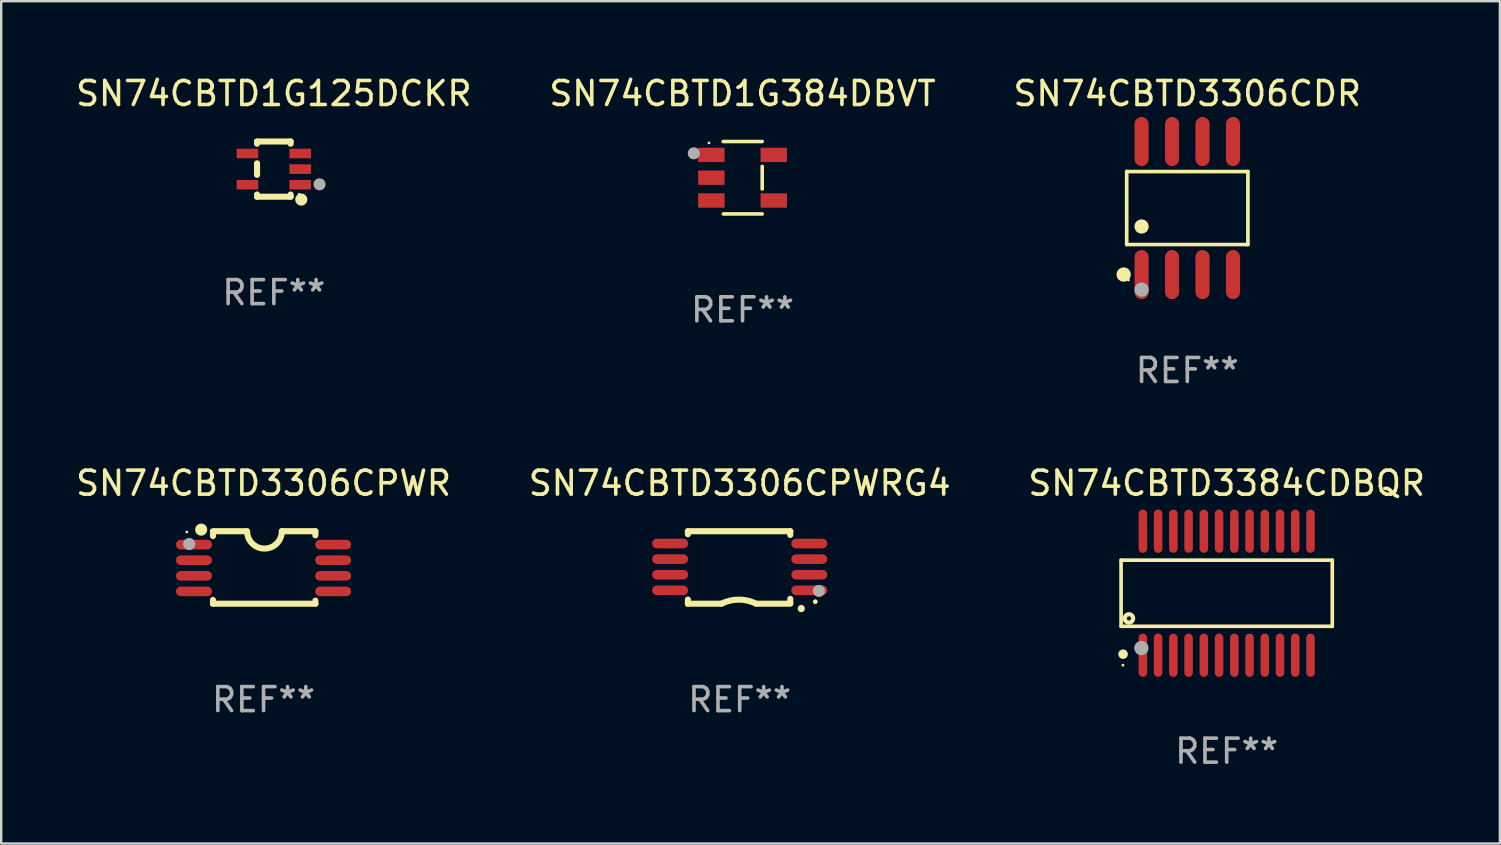
<source format=kicad_pcb>
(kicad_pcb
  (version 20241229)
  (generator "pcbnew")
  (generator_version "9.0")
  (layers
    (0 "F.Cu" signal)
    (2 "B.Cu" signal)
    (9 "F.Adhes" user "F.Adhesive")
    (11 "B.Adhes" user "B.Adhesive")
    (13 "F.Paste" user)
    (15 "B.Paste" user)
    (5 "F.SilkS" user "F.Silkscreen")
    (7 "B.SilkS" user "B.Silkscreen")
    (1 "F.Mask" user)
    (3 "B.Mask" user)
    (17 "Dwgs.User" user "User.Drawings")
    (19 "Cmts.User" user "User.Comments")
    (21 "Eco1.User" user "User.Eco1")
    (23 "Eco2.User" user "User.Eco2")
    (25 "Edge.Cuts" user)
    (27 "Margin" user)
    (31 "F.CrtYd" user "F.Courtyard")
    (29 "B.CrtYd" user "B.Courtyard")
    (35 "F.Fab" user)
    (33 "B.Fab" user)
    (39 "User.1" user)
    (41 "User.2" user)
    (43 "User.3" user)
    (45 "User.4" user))
  (footprint "SN74CBTD3306CDR"
    (layer "F.Cu")
    (at 46.435 5.621)
    (property "Reference" "SN74CBTD3306CDR" (at 0 -4.772 0) (layer "F.SilkS") (effects (font (size 1 1) (thickness 0.15))))
    (attr through_hole)
    (fp_line (start -2.526 -1.521) (end 2.526 -1.521) (stroke (width 0.152) (type solid)) (layer "F.SilkS"))
    (fp_line (start -2.526 1.521) (end -2.526 -1.521) (stroke (width 0.152) (type solid)) (layer "F.SilkS"))
    (fp_line (start 2.526 -1.521) (end 2.526 1.521) (stroke (width 0.152) (type solid)) (layer "F.SilkS"))
    (fp_line (start 2.526 1.521) (end -2.526 1.521) (stroke (width 0.152) (type solid)) (layer "F.SilkS"))
    (fp_circle (center -2.652 2.772) (end -2.501 2.772) (stroke (width 0.3) (type solid)) (fill no) (layer "F.SilkS"))
    (fp_circle (center -2.45 3) (end -2.42 3) (stroke (width 0.06) (type solid)) (fill no) (layer "F.SilkS"))
    (fp_circle (center -1.905 0.769) (end -1.755 0.769) (stroke (width 0.3) (type solid)) (fill no) (layer "F.SilkS"))
    (fp_circle (center -1.905 3.4) (end -1.755 3.4) (stroke (width 0.3) (type solid)) (fill no) (layer "F.Fab"))
    (fp_text user "REF**" (at 0 6.772 0) (layer "F.Fab") (effects (font (size 1 1) (thickness 0.15))))
    (pad "1" smd oval (at -1.905 2.772) (size 0.588 2.045) (layers "F.Cu" "F.Mask" "F.Paste"))
    (pad "2" smd oval (at -0.635 2.772) (size 0.588 2.045) (layers "F.Cu" "F.Mask" "F.Paste"))
    (pad "3" smd oval (at 0.635 2.772) (size 0.588 2.045) (layers "F.Cu" "F.Mask" "F.Paste"))
    (pad "4" smd oval (at 1.905 2.772) (size 0.588 2.045) (layers "F.Cu" "F.Mask" "F.Paste"))
    (pad "5" smd oval (at 1.905 -2.772) (size 0.588 2.045) (layers "F.Cu" "F.Mask" "F.Paste"))
    (pad "6" smd oval (at 0.635 -2.772) (size 0.588 2.045) (layers "F.Cu" "F.Mask" "F.Paste"))
    (pad "7" smd oval (at -0.635 -2.772) (size 0.588 2.045) (layers "F.Cu" "F.Mask" "F.Paste"))
    (pad "8" smd oval (at -1.905 -2.772) (size 0.588 2.045) (layers "F.Cu" "F.Mask" "F.Paste")))
  (footprint "SN74CBTD1G125DCKR"
    (layer "F.Cu")
    (at 8.363 3.998)
    (property "Reference" "SN74CBTD1G125DCKR" (at 0 -3.15 0) (layer "F.SilkS") (effects (font (size 1 1) (thickness 0.15))))
    (attr through_hole)
    (fp_line (start -0.7 -1.15) (end 0.7 -1.15) (stroke (width 0.254) (type solid)) (layer "F.SilkS"))
    (fp_line (start -0.7 -1.058) (end -0.7 -1.15) (stroke (width 0.254) (type solid)) (layer "F.SilkS"))
    (fp_line (start -0.7 0.242) (end -0.7 -0.242) (stroke (width 0.254) (type solid)) (layer "F.SilkS"))
    (fp_line (start -0.7 1.15) (end -0.7 1.058) (stroke (width 0.254) (type solid)) (layer "F.SilkS"))
    (fp_line (start -0.7 1.15) (end 0.7 1.15) (stroke (width 0.254) (type solid)) (layer "F.SilkS"))
    (fp_line (start 0.7 -1.058) (end 0.7 -1.15) (stroke (width 0.254) (type solid)) (layer "F.SilkS"))
    (fp_line (start 0.7 1.15) (end 0.7 1.058) (stroke (width 0.254) (type solid)) (layer "F.SilkS"))
    (fp_circle (center 1.053 1.052) (end 1.083 1.052) (stroke (width 0.06) (type solid)) (fill no) (layer "F.SilkS"))
    (fp_circle (center 1.143 1.27) (end 1.27 1.27) (stroke (width 0.254) (type solid)) (fill no) (layer "F.SilkS"))
    (fp_circle (center 1.905 0.635) (end 2.032 0.635) (stroke (width 0.254) (type solid)) (fill no) (layer "F.Fab"))
    (fp_text user "REF**" (at 0 5.15 0) (layer "F.Fab") (effects (font (size 1 1) (thickness 0.15))))
    (pad "1" smd rect (at 1.1 0.65 90) (size 0.4 0.9) (layers "F.Cu" "F.Mask" "F.Paste"))
    (pad "2" smd rect (at 1.1 0.000076 90) (size 0.4 0.9) (layers "F.Cu" "F.Mask" "F.Paste"))
    (pad "3" smd rect (at 1.1 -0.65 90) (size 0.4 0.9) (layers "F.Cu" "F.Mask" "F.Paste"))
    (pad "4" smd rect (at -1.1 -0.65 90) (size 0.4 0.9) (layers "F.Cu" "F.Mask" "F.Paste"))
    (pad "5" smd rect (at -1.1 0.65 90) (size 0.4 0.9) (layers "F.Cu" "F.Mask" "F.Paste")))
  (footprint "SN74CBTD3306CPWR"
    (layer "F.Cu")
    (at 7.935 20.601)
    (property "Reference" "SN74CBTD3306CPWR" (at 0 -3.511 0) (layer "F.SilkS") (effects (font (size 1 1) (thickness 0.15))))
    (attr through_hole)
    (fp_line (start -2.108 -1.511) (end -0.711 -1.511) (stroke (width 0.254) (type solid)) (layer "F.SilkS"))
    (fp_line (start -2.108 -1.309) (end -2.108 -1.486) (stroke (width 0.254) (type solid)) (layer "F.SilkS"))
    (fp_line (start -2.108 1.511) (end -2.108 1.355) (stroke (width 0.254) (type solid)) (layer "F.SilkS"))
    (fp_line (start 0.762 -1.511) (end 2.159 -1.511) (stroke (width 0.254) (type solid)) (layer "F.SilkS"))
    (fp_line (start 2.159 -1.511) (end 2.159 -1.339) (stroke (width 0.254) (type solid)) (layer "F.SilkS"))
    (fp_line (start 2.159 1.384) (end 2.159 1.511) (stroke (width 0.254) (type solid)) (layer "F.SilkS"))
    (fp_line (start 2.159 1.511) (end -2.108 1.511) (stroke (width 0.254) (type solid)) (layer "F.SilkS"))
    (fp_arc (start 0.762002 -1.511303) (mid 0.0381 -0.787401) (end -0.685802 -1.511303) (stroke (width 0.254001) (type solid)) (layer "F.SilkS"))
    (fp_circle (center -3.2 -1.477) (end -3.17 -1.477) (stroke (width 0.06) (type solid)) (fill no) (layer "F.SilkS"))
    (fp_circle (center -2.6 -1.577) (end -2.473 -1.577) (stroke (width 0.254) (type solid)) (fill no) (layer "F.SilkS"))
    (fp_circle (center -3.1 -0.977) (end -2.973 -0.977) (stroke (width 0.254) (type solid)) (fill no) (layer "F.Fab"))
    (fp_text user "REF**" (at 0 5.511 0) (layer "F.Fab") (effects (font (size 1 1) (thickness 0.15))))
    (pad "1" smd oval (at -2.9 -0.953 90) (size 0.4 1.5) (layers "F.Cu" "F.Mask" "F.Paste"))
    (pad "2" smd oval (at -2.9 -0.302 90) (size 0.4 1.5) (layers "F.Cu" "F.Mask" "F.Paste"))
    (pad "3" smd oval (at -2.9 0.348 90) (size 0.4 1.5) (layers "F.Cu" "F.Mask" "F.Paste"))
    (pad "4" smd oval (at -2.9 0.998 90) (size 0.4 1.5) (layers "F.Cu" "F.Mask" "F.Paste"))
    (pad "5" smd oval (at 2.9 0.998 90) (size 0.4 1.5) (layers "F.Cu" "F.Mask" "F.Paste"))
    (pad "6" smd oval (at 2.9 0.348 90) (size 0.4 1.5) (layers "F.Cu" "F.Mask" "F.Paste"))
    (pad "7" smd oval (at 2.9 -0.302 90) (size 0.4 1.5) (layers "F.Cu" "F.Mask" "F.Paste"))
    (pad "8" smd oval (at 2.9 -0.953 90) (size 0.4 1.5) (layers "F.Cu" "F.Mask" "F.Paste")))
  (footprint "SN74CBTD3306CPWRG4"
    (layer "F.Cu")
    (at 27.78 20.601)
    (property "Reference" "SN74CBTD3306CPWRG4" (at 0 -3.511 0) (layer "F.SilkS") (effects (font (size 1 1) (thickness 0.15))))
    (attr through_hole)
    (fp_line (start -2.159 -1.511) (end 2.108 -1.511) (stroke (width 0.254) (type solid)) (layer "F.SilkS"))
    (fp_line (start -2.159 -1.384) (end -2.159 -1.511) (stroke (width 0.254) (type solid)) (layer "F.SilkS"))
    (fp_line (start -2.159 1.511) (end -2.159 1.339) (stroke (width 0.254) (type solid)) (layer "F.SilkS"))
    (fp_line (start -0.762 1.511) (end -2.159 1.511) (stroke (width 0.254) (type solid)) (layer "F.SilkS"))
    (fp_line (start 2.108 -1.511) (end 2.108 -1.355) (stroke (width 0.254) (type solid)) (layer "F.SilkS"))
    (fp_line (start 2.108 1.309) (end 2.108 1.486) (stroke (width 0.254) (type solid)) (layer "F.SilkS"))
    (fp_line (start 2.108 1.511) (end 0.711 1.511) (stroke (width 0.254) (type solid)) (layer "F.SilkS"))
    (fp_arc (start -0.762002 1.511303) (mid -0.0381 1.340413) (end 0.685801 1.511303) (stroke (width 0.254001) (type solid)) (layer "F.SilkS"))
    (fp_arc (start 2.565405 1.714503) (mid 2.5654 1.713233) (end 2.565405 1.711963) (stroke (width 0.3) (type solid)) (layer "F.SilkS"))
    (fp_circle (center 3.15 1.427) (end 3.2 1.427) (stroke (width 0.1) (type solid)) (fill no) (layer "F.SilkS"))
    (fp_circle (center 3.3 0.977) (end 3.427 0.977) (stroke (width 0.254) (type solid)) (fill no) (layer "F.Fab"))
    (fp_text user "REF**" (at 0 5.511 0) (layer "F.Fab") (effects (font (size 1 1) (thickness 0.15))))
    (pad "1" smd oval (at 2.9 0.953 270) (size 0.4 1.5) (layers "F.Cu" "F.Mask" "F.Paste"))
    (pad "2" smd oval (at 2.9 0.302 270) (size 0.4 1.5) (layers "F.Cu" "F.Mask" "F.Paste"))
    (pad "3" smd oval (at 2.9 -0.348 270) (size 0.4 1.5) (layers "F.Cu" "F.Mask" "F.Paste"))
    (pad "4" smd oval (at 2.9 -0.998 270) (size 0.4 1.5) (layers "F.Cu" "F.Mask" "F.Paste"))
    (pad "5" smd oval (at -2.9 -0.998 270) (size 0.4 1.5) (layers "F.Cu" "F.Mask" "F.Paste"))
    (pad "6" smd oval (at -2.9 -0.348 270) (size 0.4 1.5) (layers "F.Cu" "F.Mask" "F.Paste"))
    (pad "7" smd oval (at -2.9 0.302 270) (size 0.4 1.5) (layers "F.Cu" "F.Mask" "F.Paste"))
    (pad "8" smd oval (at -2.9 0.953 270) (size 0.4 1.5) (layers "F.Cu" "F.Mask" "F.Paste")))
  (footprint "SN74CBTD3384CDBQR"
    (layer "F.Cu")
    (at 48.077 21.675)
    (property "Reference" "SN74CBTD3384CDBQR" (at 0 -4.585 0) (layer "F.SilkS") (effects (font (size 1 1) (thickness 0.15))))
    (attr through_hole)
    (fp_line (start -4.401 -1.378) (end 4.401 -1.378) (stroke (width 0.152) (type solid)) (layer "F.SilkS"))
    (fp_line (start -4.401 1.378) (end -4.401 -1.378) (stroke (width 0.152) (type solid)) (layer "F.SilkS"))
    (fp_line (start 4.401 -1.378) (end 4.401 1.378) (stroke (width 0.152) (type solid)) (layer "F.SilkS"))
    (fp_line (start 4.401 1.378) (end -4.401 1.378) (stroke (width 0.152) (type solid)) (layer "F.SilkS"))
    (fp_circle (center -4.325 3) (end -4.295 3) (stroke (width 0.06) (type solid)) (fill no) (layer "F.SilkS"))
    (fp_circle (center -4.318 2.54) (end -4.218 2.54) (stroke (width 0.2) (type solid)) (fill no) (layer "F.SilkS"))
    (fp_circle (center -4.074 1.05) (end -3.987 1.05) (stroke (width 0.175) (type solid)) (fill no) (layer "F.SilkS"))
    (fp_circle (center -3.556 2.286) (end -3.406 2.286) (stroke (width 0.3) (type solid)) (fill no) (layer "F.Fab"))
    (fp_text user "REF**" (at 0 6.585 0) (layer "F.Fab") (effects (font (size 1 1) (thickness 0.15))))
    (pad "1" smd oval (at -3.493 2.585) (size 0.356 1.805) (layers "F.Cu" "F.Mask" "F.Paste"))
    (pad "2" smd oval (at -2.858 2.585) (size 0.356 1.805) (layers "F.Cu" "F.Mask" "F.Paste"))
    (pad "3" smd oval (at -2.223 2.585) (size 0.356 1.805) (layers "F.Cu" "F.Mask" "F.Paste"))
    (pad "4" smd oval (at -1.588 2.585) (size 0.356 1.805) (layers "F.Cu" "F.Mask" "F.Paste"))
    (pad "5" smd oval (at -0.953 2.585) (size 0.356 1.805) (layers "F.Cu" "F.Mask" "F.Paste"))
    (pad "6" smd oval (at -0.318 2.585) (size 0.356 1.805) (layers "F.Cu" "F.Mask" "F.Paste"))
    (pad "7" smd oval (at 0.318 2.585) (size 0.356 1.805) (layers "F.Cu" "F.Mask" "F.Paste"))
    (pad "8" smd oval (at 0.953 2.585) (size 0.356 1.805) (layers "F.Cu" "F.Mask" "F.Paste"))
    (pad "9" smd oval (at 1.588 2.585) (size 0.356 1.805) (layers "F.Cu" "F.Mask" "F.Paste"))
    (pad "10" smd oval (at 2.223 2.585) (size 0.356 1.805) (layers "F.Cu" "F.Mask" "F.Paste"))
    (pad "11" smd oval (at 2.858 2.585) (size 0.356 1.805) (layers "F.Cu" "F.Mask" "F.Paste"))
    (pad "12" smd oval (at 3.493 2.585) (size 0.356 1.805) (layers "F.Cu" "F.Mask" "F.Paste"))
    (pad "13" smd oval (at 3.493 -2.585) (size 0.356 1.805) (layers "F.Cu" "F.Mask" "F.Paste"))
    (pad "14" smd oval (at 2.858 -2.585) (size 0.356 1.805) (layers "F.Cu" "F.Mask" "F.Paste"))
    (pad "15" smd oval (at 2.223 -2.585) (size 0.356 1.805) (layers "F.Cu" "F.Mask" "F.Paste"))
    (pad "16" smd oval (at 1.588 -2.585) (size 0.356 1.805) (layers "F.Cu" "F.Mask" "F.Paste"))
    (pad "17" smd oval (at 0.953 -2.585) (size 0.356 1.805) (layers "F.Cu" "F.Mask" "F.Paste"))
    (pad "18" smd oval (at 0.318 -2.585) (size 0.356 1.805) (layers "F.Cu" "F.Mask" "F.Paste"))
    (pad "19" smd oval (at -0.318 -2.585) (size 0.356 1.805) (layers "F.Cu" "F.Mask" "F.Paste"))
    (pad "20" smd oval (at -0.953 -2.585) (size 0.356 1.805) (layers "F.Cu" "F.Mask" "F.Paste"))
    (pad "21" smd oval (at -1.588 -2.585) (size 0.356 1.805) (layers "F.Cu" "F.Mask" "F.Paste"))
    (pad "22" smd oval (at -2.223 -2.585) (size 0.356 1.805) (layers "F.Cu" "F.Mask" "F.Paste"))
    (pad "23" smd oval (at -2.858 -2.585) (size 0.356 1.805) (layers "F.Cu" "F.Mask" "F.Paste"))
    (pad "24" smd oval (at -3.493 -2.585) (size 0.356 1.805) (layers "F.Cu" "F.Mask" "F.Paste")))
  (footprint "SN74CBTD1G384DBVT"
    (layer "F.Cu")
    (at 27.899 4.357)
    (property "Reference" "SN74CBTD1G384DBVT" (at 0 -3.509 0) (layer "F.SilkS") (effects (font (size 1 1) (thickness 0.15))))
    (attr through_hole)
    (fp_line (start -0.811 -1.509) (end 0.819 -1.509) (stroke (width 0.15) (type solid)) (layer "F.SilkS"))
    (fp_line (start -0.8 1.509) (end 0.82 1.509) (stroke (width 0.15) (type solid)) (layer "F.SilkS"))
    (fp_line (start 0.819 -0.472) (end 0.819 0.47) (stroke (width 0.15) (type solid)) (layer "F.SilkS"))
    (fp_circle (center -1.4 -1.451) (end -1.37 -1.451) (stroke (width 0.06) (type solid)) (fill no) (layer "F.SilkS"))
    (fp_circle (center -2.032 -1.017) (end -1.905 -1.017) (stroke (width 0.254) (type solid)) (fill no) (layer "F.Fab"))
    (fp_text user "REF**" (at 0 5.509 0) (layer "F.Fab") (effects (font (size 1 1) (thickness 0.15))))
    (pad "1" smd rect (at -1.3 -0.951) (size 1.1 0.6) (layers "F.Cu" "F.Mask" "F.Paste"))
    (pad "2" smd rect (at -1.3 -0.001) (size 1.1 0.6) (layers "F.Cu" "F.Mask" "F.Paste"))
    (pad "3" smd rect (at -1.3 0.949) (size 1.1 0.6) (layers "F.Cu" "F.Mask" "F.Paste"))
    (pad "4" smd rect (at 1.3 0.949) (size 1.1 0.6) (layers "F.Cu" "F.Mask" "F.Paste"))
    (pad "5" smd rect (at 1.3 -0.951) (size 1.1 0.6) (layers "F.Cu" "F.Mask" "F.Paste")))
  (gr_rect
    (start -3 -3)
    (end 59.464 32.108)
    (stroke (width 0.1) (type default))
    (fill no)
    (layer "Edge.Cuts")))
</source>
